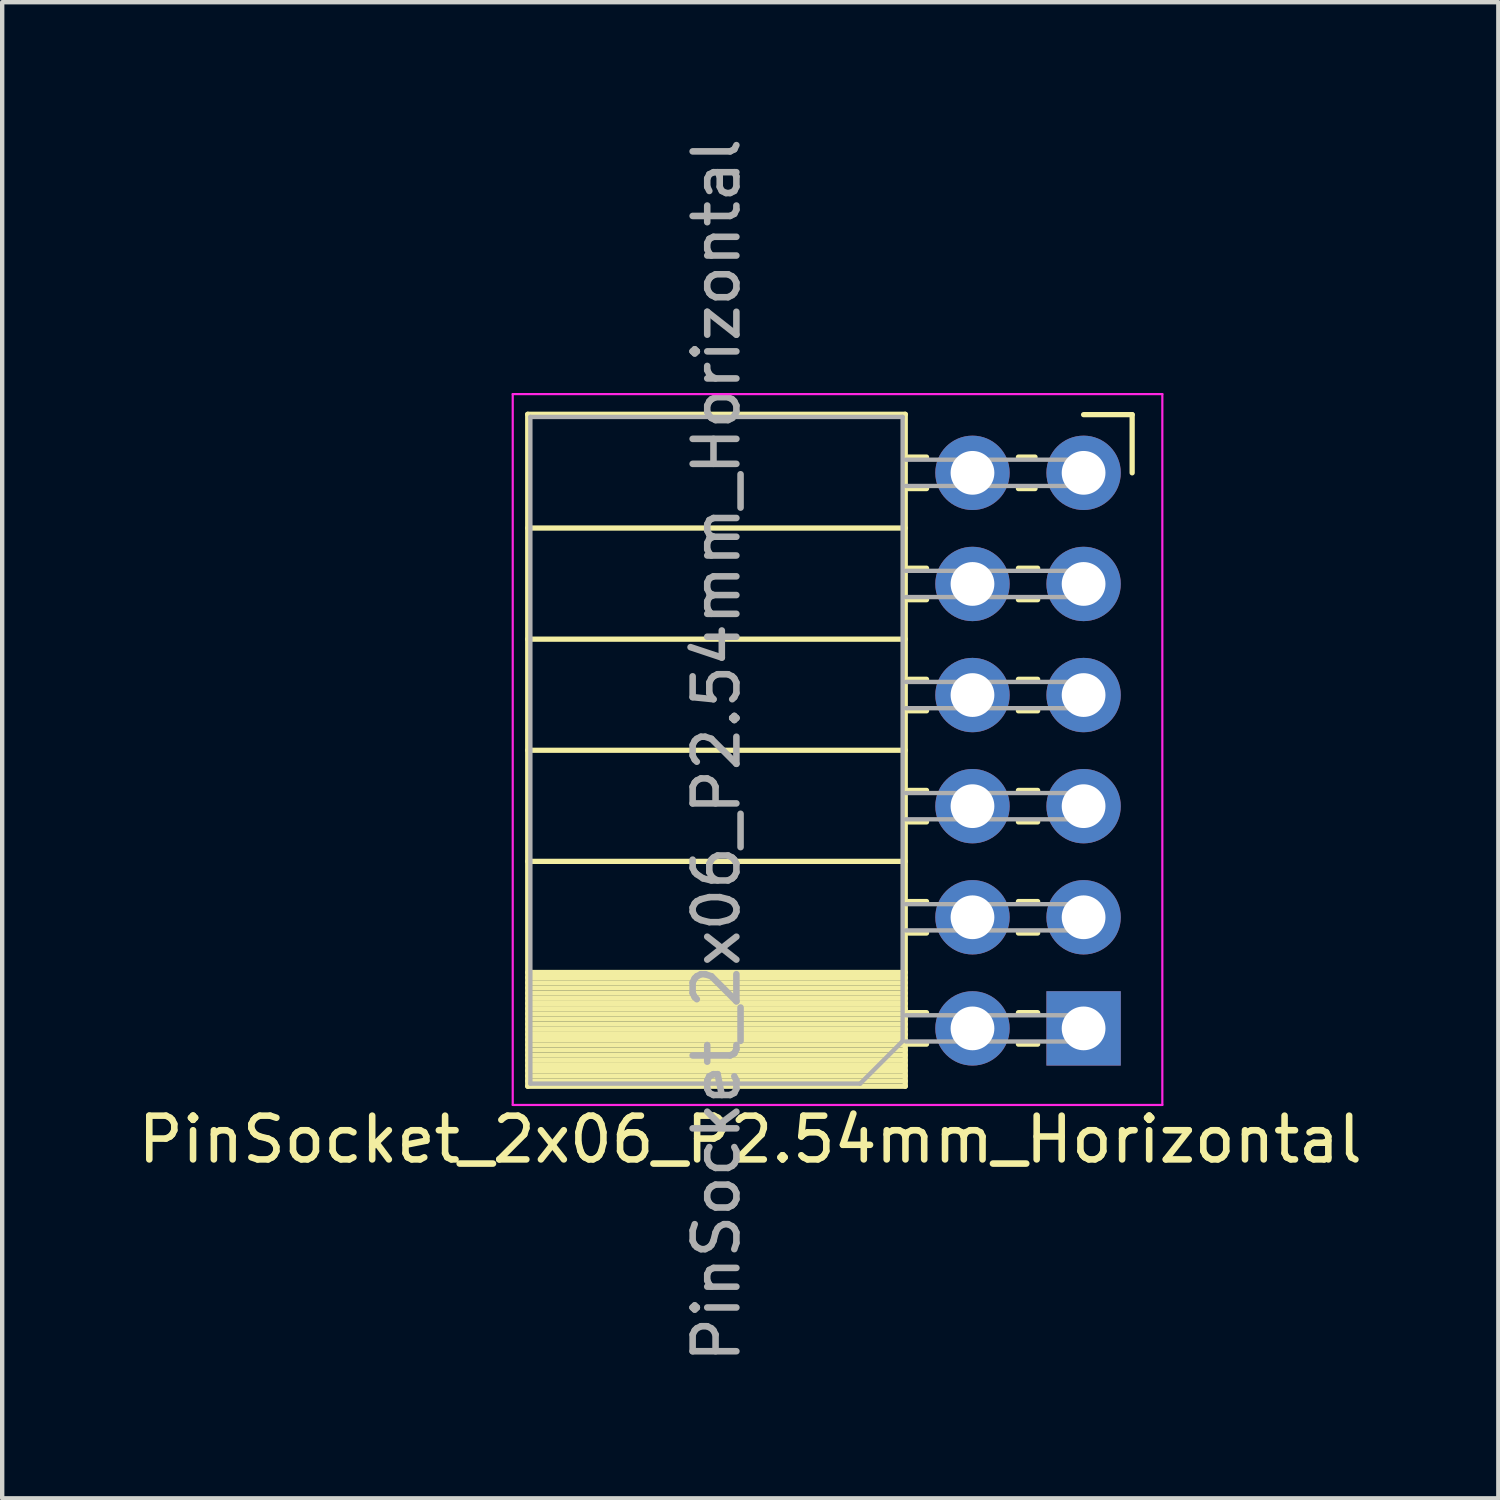
<source format=kicad_pcb>
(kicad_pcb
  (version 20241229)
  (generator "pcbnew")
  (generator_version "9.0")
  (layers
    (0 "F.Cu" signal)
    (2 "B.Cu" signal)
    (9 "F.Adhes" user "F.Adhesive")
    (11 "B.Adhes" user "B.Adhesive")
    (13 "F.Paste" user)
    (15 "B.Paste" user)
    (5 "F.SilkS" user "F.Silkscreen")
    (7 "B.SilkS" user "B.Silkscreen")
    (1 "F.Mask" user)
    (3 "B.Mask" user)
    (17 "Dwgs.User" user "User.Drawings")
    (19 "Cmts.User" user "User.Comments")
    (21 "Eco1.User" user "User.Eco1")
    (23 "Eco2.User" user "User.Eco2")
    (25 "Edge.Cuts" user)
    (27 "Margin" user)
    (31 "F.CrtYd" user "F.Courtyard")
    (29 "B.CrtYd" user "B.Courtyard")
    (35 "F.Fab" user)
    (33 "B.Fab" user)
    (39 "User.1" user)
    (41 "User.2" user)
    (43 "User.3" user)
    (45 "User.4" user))
  (footprint "PinSocket_2x06_P2.54mm_Horizontal"
    (layer "F.Cu")
    (at 21.721 7.759)
    (property "Reference" "PinSocket_2x06_P2.54mm_Horizontal" (at -7.62 15.24 0) (layer "F.SilkS") (effects (font (size 1 1) (thickness 0.15))))
    (attr through_hole)
    (fp_line (start -12.707 -1.338) (end -4.077 -1.338) (stroke (width 0.12) (type solid)) (layer "F.SilkS"))
    (fp_line (start -12.707 1.262) (end -4.077 1.262) (stroke (width 0.12) (type solid)) (layer "F.SilkS"))
    (fp_line (start -12.707 3.802) (end -4.077 3.802) (stroke (width 0.12) (type solid)) (layer "F.SilkS"))
    (fp_line (start -12.707 6.342) (end -4.077 6.342) (stroke (width 0.12) (type solid)) (layer "F.SilkS"))
    (fp_line (start -12.707 8.882) (end -4.077 8.882) (stroke (width 0.12) (type solid)) (layer "F.SilkS"))
    (fp_line (start -12.707 11.422) (end -4.077 11.422) (stroke (width 0.12) (type solid)) (layer "F.SilkS"))
    (fp_line (start -12.707 11.54) (end -4.077 11.54) (stroke (width 0.12) (type solid)) (layer "F.SilkS"))
    (fp_line (start -12.707 11.658) (end -4.077 11.658) (stroke (width 0.12) (type solid)) (layer "F.SilkS"))
    (fp_line (start -12.707 11.776) (end -4.077 11.776) (stroke (width 0.12) (type solid)) (layer "F.SilkS"))
    (fp_line (start -12.707 11.895) (end -4.077 11.895) (stroke (width 0.12) (type solid)) (layer "F.SilkS"))
    (fp_line (start -12.707 12.013) (end -4.077 12.013) (stroke (width 0.12) (type solid)) (layer "F.SilkS"))
    (fp_line (start -12.707 12.131) (end -4.077 12.131) (stroke (width 0.12) (type solid)) (layer "F.SilkS"))
    (fp_line (start -12.707 12.249) (end -4.077 12.249) (stroke (width 0.12) (type solid)) (layer "F.SilkS"))
    (fp_line (start -12.707 12.367) (end -4.077 12.367) (stroke (width 0.12) (type solid)) (layer "F.SilkS"))
    (fp_line (start -12.707 12.485) (end -4.077 12.485) (stroke (width 0.12) (type solid)) (layer "F.SilkS"))
    (fp_line (start -12.707 12.603) (end -4.077 12.603) (stroke (width 0.12) (type solid)) (layer "F.SilkS"))
    (fp_line (start -12.707 12.721) (end -4.077 12.721) (stroke (width 0.12) (type solid)) (layer "F.SilkS"))
    (fp_line (start -12.707 12.839) (end -4.077 12.839) (stroke (width 0.12) (type solid)) (layer "F.SilkS"))
    (fp_line (start -12.707 12.957) (end -4.077 12.957) (stroke (width 0.12) (type solid)) (layer "F.SilkS"))
    (fp_line (start -12.707 13.076) (end -4.077 13.076) (stroke (width 0.12) (type solid)) (layer "F.SilkS"))
    (fp_line (start -12.707 13.194) (end -4.077 13.194) (stroke (width 0.12) (type solid)) (layer "F.SilkS"))
    (fp_line (start -12.707 13.312) (end -4.077 13.312) (stroke (width 0.12) (type solid)) (layer "F.SilkS"))
    (fp_line (start -12.707 13.43) (end -4.077 13.43) (stroke (width 0.12) (type solid)) (layer "F.SilkS"))
    (fp_line (start -12.707 13.548) (end -4.077 13.548) (stroke (width 0.12) (type solid)) (layer "F.SilkS"))
    (fp_line (start -12.707 13.666) (end -4.077 13.666) (stroke (width 0.12) (type solid)) (layer "F.SilkS"))
    (fp_line (start -12.707 13.784) (end -4.077 13.784) (stroke (width 0.12) (type solid)) (layer "F.SilkS"))
    (fp_line (start -12.707 13.902) (end -4.077 13.902) (stroke (width 0.12) (type solid)) (layer "F.SilkS"))
    (fp_line (start -12.707 14.022) (end -12.707 -1.338) (stroke (width 0.12) (type solid)) (layer "F.SilkS"))
    (fp_line (start -12.707 14.022) (end -4.077 14.022) (stroke (width 0.12) (type solid)) (layer "F.SilkS"))
    (fp_line (start -4.077 14.022) (end -4.077 -1.338) (stroke (width 0.12) (type solid)) (layer "F.SilkS"))
    (fp_line (start -4 -0.36) (end -3.59 -0.36) (stroke (width 0.12) (type solid)) (layer "F.SilkS"))
    (fp_line (start -4 0.36) (end -3.59 0.36) (stroke (width 0.12) (type solid)) (layer "F.SilkS"))
    (fp_line (start -4 2.18) (end -3.59 2.18) (stroke (width 0.12) (type solid)) (layer "F.SilkS"))
    (fp_line (start -4 2.9) (end -3.59 2.9) (stroke (width 0.12) (type solid)) (layer "F.SilkS"))
    (fp_line (start -4 4.72) (end -3.59 4.72) (stroke (width 0.12) (type solid)) (layer "F.SilkS"))
    (fp_line (start -4 5.44) (end -3.59 5.44) (stroke (width 0.12) (type solid)) (layer "F.SilkS"))
    (fp_line (start -4 7.26) (end -3.59 7.26) (stroke (width 0.12) (type solid)) (layer "F.SilkS"))
    (fp_line (start -4 7.98) (end -3.59 7.98) (stroke (width 0.12) (type solid)) (layer "F.SilkS"))
    (fp_line (start -4 9.8) (end -3.59 9.8) (stroke (width 0.12) (type solid)) (layer "F.SilkS"))
    (fp_line (start -4 10.52) (end -3.59 10.52) (stroke (width 0.12) (type solid)) (layer "F.SilkS"))
    (fp_line (start -4 12.34) (end -3.59 12.34) (stroke (width 0.12) (type solid)) (layer "F.SilkS"))
    (fp_line (start -4 13.06) (end -3.59 13.06) (stroke (width 0.12) (type solid)) (layer "F.SilkS"))
    (fp_line (start -1.49 -0.36) (end -1.11 -0.36) (stroke (width 0.12) (type solid)) (layer "F.SilkS"))
    (fp_line (start -1.49 0.36) (end -1.11 0.36) (stroke (width 0.12) (type solid)) (layer "F.SilkS"))
    (fp_line (start -1.49 2.18) (end -1.05 2.18) (stroke (width 0.12) (type solid)) (layer "F.SilkS"))
    (fp_line (start -1.49 2.9) (end -1.05 2.9) (stroke (width 0.12) (type solid)) (layer "F.SilkS"))
    (fp_line (start -1.49 4.72) (end -1.05 4.72) (stroke (width 0.12) (type solid)) (layer "F.SilkS"))
    (fp_line (start -1.49 5.44) (end -1.05 5.44) (stroke (width 0.12) (type solid)) (layer "F.SilkS"))
    (fp_line (start -1.49 7.26) (end -1.05 7.26) (stroke (width 0.12) (type solid)) (layer "F.SilkS"))
    (fp_line (start -1.49 7.98) (end -1.05 7.98) (stroke (width 0.12) (type solid)) (layer "F.SilkS"))
    (fp_line (start -1.49 9.8) (end -1.05 9.8) (stroke (width 0.12) (type solid)) (layer "F.SilkS"))
    (fp_line (start -1.49 10.52) (end -1.05 10.52) (stroke (width 0.12) (type solid)) (layer "F.SilkS"))
    (fp_line (start -1.49 12.34) (end -1.05 12.34) (stroke (width 0.12) (type solid)) (layer "F.SilkS"))
    (fp_line (start -1.49 13.06) (end -1.05 13.06) (stroke (width 0.12) (type solid)) (layer "F.SilkS"))
    (fp_line (start 0 -1.33) (end 1.11 -1.33) (stroke (width 0.12) (type solid)) (layer "F.SilkS"))
    (fp_line (start 1.11 -1.33) (end 1.11 0) (stroke (width 0.12) (type solid)) (layer "F.SilkS"))
    (fp_line (start -13.05 -1.8) (end -13.05 14.45) (stroke (width 0.05) (type solid)) (layer "F.CrtYd"))
    (fp_line (start -13.05 14.45) (end 1.8 14.45) (stroke (width 0.05) (type solid)) (layer "F.CrtYd"))
    (fp_line (start 1.8 -1.8) (end -13.05 -1.8) (stroke (width 0.05) (type solid)) (layer "F.CrtYd"))
    (fp_line (start 1.8 14.45) (end 1.8 -1.8) (stroke (width 0.05) (type solid)) (layer "F.CrtYd"))
    (fp_line (start -12.647 -1.278) (end -12.647 13.962) (stroke (width 0.1) (type solid)) (layer "F.Fab"))
    (fp_line (start -12.647 13.962) (end -5.107 13.962) (stroke (width 0.1) (type solid)) (layer "F.Fab"))
    (fp_line (start -5.107 13.962) (end -4.137 12.992) (stroke (width 0.1) (type solid)) (layer "F.Fab"))
    (fp_line (start -4.137 -1.278) (end -12.647 -1.278) (stroke (width 0.1) (type solid)) (layer "F.Fab"))
    (fp_line (start -4.137 12.992) (end -4.137 -1.278) (stroke (width 0.1) (type solid)) (layer "F.Fab"))
    (fp_line (start -4.06 0.3) (end 0 0.3) (stroke (width 0.1) (type solid)) (layer "F.Fab"))
    (fp_line (start -4.06 2.84) (end 0 2.84) (stroke (width 0.1) (type solid)) (layer "F.Fab"))
    (fp_line (start -4.06 5.38) (end 0 5.38) (stroke (width 0.1) (type solid)) (layer "F.Fab"))
    (fp_line (start -4.06 7.92) (end 0 7.92) (stroke (width 0.1) (type solid)) (layer "F.Fab"))
    (fp_line (start -4.06 10.46) (end 0 10.46) (stroke (width 0.1) (type solid)) (layer "F.Fab"))
    (fp_line (start -4.06 13) (end 0 13) (stroke (width 0.1) (type solid)) (layer "F.Fab"))
    (fp_line (start 0 -0.3) (end -4.06 -0.3) (stroke (width 0.1) (type solid)) (layer "F.Fab"))
    (fp_line (start 0 0.3) (end 0 -0.3) (stroke (width 0.1) (type solid)) (layer "F.Fab"))
    (fp_line (start 0 2.24) (end -4.06 2.24) (stroke (width 0.1) (type solid)) (layer "F.Fab"))
    (fp_line (start 0 2.84) (end 0 2.24) (stroke (width 0.1) (type solid)) (layer "F.Fab"))
    (fp_line (start 0 4.78) (end -4.06 4.78) (stroke (width 0.1) (type solid)) (layer "F.Fab"))
    (fp_line (start 0 5.38) (end 0 4.78) (stroke (width 0.1) (type solid)) (layer "F.Fab"))
    (fp_line (start 0 7.32) (end -4.06 7.32) (stroke (width 0.1) (type solid)) (layer "F.Fab"))
    (fp_line (start 0 7.92) (end 0 7.32) (stroke (width 0.1) (type solid)) (layer "F.Fab"))
    (fp_line (start 0 9.86) (end -4.06 9.86) (stroke (width 0.1) (type solid)) (layer "F.Fab"))
    (fp_line (start 0 10.46) (end 0 9.86) (stroke (width 0.1) (type solid)) (layer "F.Fab"))
    (fp_line (start 0 12.4) (end -4.06 12.4) (stroke (width 0.1) (type solid)) (layer "F.Fab"))
    (fp_line (start 0 13) (end 0 12.4) (stroke (width 0.1) (type solid)) (layer "F.Fab"))
    (fp_text user "${REFERENCE}" (at -8.392 6.342 270) (layer "F.Fab") (effects (font (size 1 1) (thickness 0.15))))
    (pad "1" thru_hole rect (at 0 12.7) (size 1.7 1.7) (drill 1) (layers "*.Cu" "*.Mask"))
    (pad "2" thru_hole oval (at 0 10.16) (size 1.7 1.7) (drill 1) (layers "*.Cu" "*.Mask"))
    (pad "3" thru_hole oval (at 0 7.62) (size 1.7 1.7) (drill 1) (layers "*.Cu" "*.Mask"))
    (pad "4" thru_hole oval (at 0 5.08) (size 1.7 1.7) (drill 1) (layers "*.Cu" "*.Mask"))
    (pad "5" thru_hole oval (at 0 2.54) (size 1.7 1.7) (drill 1) (layers "*.Cu" "*.Mask"))
    (pad "6" thru_hole oval (at 0 0) (size 1.7 1.7) (drill 1) (layers "*.Cu" "*.Mask"))
    (pad "7" thru_hole oval (at -2.54 12.7) (size 1.7 1.7) (drill 1) (layers "*.Cu" "*.Mask"))
    (pad "8" thru_hole oval (at -2.54 10.16) (size 1.7 1.7) (drill 1) (layers "*.Cu" "*.Mask"))
    (pad "9" thru_hole oval (at -2.54 7.62) (size 1.7 1.7) (drill 1) (layers "*.Cu" "*.Mask"))
    (pad "10" thru_hole oval (at -2.54 5.08) (size 1.7 1.7) (drill 1) (layers "*.Cu" "*.Mask"))
    (pad "11" thru_hole oval (at -2.54 2.54) (size 1.7 1.7) (drill 1) (layers "*.Cu" "*.Mask"))
    (pad "12" thru_hole oval (at -2.54 0) (size 1.7 1.7) (drill 1) (layers "*.Cu" "*.Mask")))
  (gr_rect
    (start -3 -3)
    (end 31.202 31.202)
    (stroke (width 0.1) (type default))
    (fill no)
    (layer "Edge.Cuts")))
</source>
